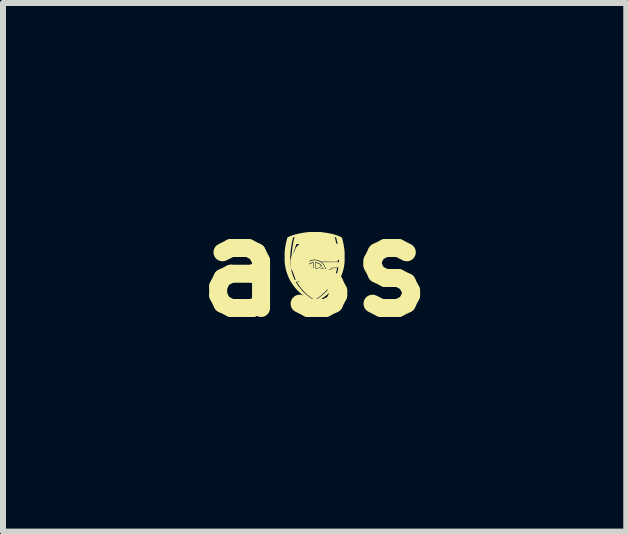
<source format=kicad_pcb>
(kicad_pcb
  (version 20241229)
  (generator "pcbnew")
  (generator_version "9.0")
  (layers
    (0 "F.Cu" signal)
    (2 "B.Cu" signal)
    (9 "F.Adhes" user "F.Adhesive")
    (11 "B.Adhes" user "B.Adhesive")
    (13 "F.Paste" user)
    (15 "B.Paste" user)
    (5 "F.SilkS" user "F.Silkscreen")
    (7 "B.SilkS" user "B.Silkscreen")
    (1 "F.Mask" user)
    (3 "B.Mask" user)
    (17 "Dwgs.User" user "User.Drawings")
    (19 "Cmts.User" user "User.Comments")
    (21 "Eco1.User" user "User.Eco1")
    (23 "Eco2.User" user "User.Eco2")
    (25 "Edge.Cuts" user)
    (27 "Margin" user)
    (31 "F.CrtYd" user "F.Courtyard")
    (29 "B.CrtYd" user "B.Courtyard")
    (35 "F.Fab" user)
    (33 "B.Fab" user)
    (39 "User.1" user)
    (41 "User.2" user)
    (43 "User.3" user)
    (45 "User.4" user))
  (footprint "ass"
    (layer "F.Cu")
    (at 2.193 1.404)
    (property "Reference" "ass" (at 0 0 0) (layer "F.SilkS") (effects (font (size 1.5 1.5) (thickness 0.3))))
    (attr board_only exclude_from_pos_files exclude_from_bom)
    (fp_poly (pts (xy 0.004 0.049) (xy 0.009 0.052) (xy 0.012 0.054) (xy 0.016 0.059) (xy 0.018 0.064) (xy 0.018 0.07) (xy 0.016 0.075) (xy 0.014 0.08) (xy 0.01 0.084) (xy 0.004 0.086) (xy -0.001 0.087) (xy -0.006 0.087) (xy -0.011 0.085) (xy -0.016 0.082) (xy -0.019 0.077) (xy -0.021 0.071) (xy -0.021 0.069) (xy -0.021 0.063) (xy -0.019 0.058) (xy -0.015 0.053) (xy -0.011 0.05) (xy -0.006 0.048) (xy -0.001 0.048)) (stroke (width 0) (type solid)) (fill yes) (layer "F.SilkS"))
    (fp_poly (pts (xy 0.132 0.014) (xy 0.133 0.017) (xy 0.134 0.021) (xy 0.136 0.026) (xy 0.137 0.032) (xy 0.139 0.038) (xy 0.14 0.043) (xy 0.141 0.049) (xy 0.141 0.052) (xy 0.142 0.059) (xy 0.102 0.064) (xy 0.093 0.065) (xy 0.085 0.066) (xy 0.077 0.067) (xy 0.071 0.068) (xy 0.066 0.068) (xy 0.062 0.069) (xy 0.06 0.069) (xy 0.059 0.069) (xy 0.058 0.069) (xy 0.058 0.067) (xy 0.058 0.065) (xy 0.058 0.064) (xy 0.058 0.059) (xy 0.094 0.035) (xy 0.101 0.03) (xy 0.108 0.026) (xy 0.115 0.022) (xy 0.12 0.018) (xy 0.125 0.015) (xy 0.128 0.013) (xy 0.13 0.012) (xy 0.131 0.012)) (stroke (width 0) (type solid)) (fill yes) (layer "F.SilkS"))
    (fp_poly (pts (xy 0.254 -0.293) (xy 0.254 -0.292) (xy 0.255 -0.289) (xy 0.255 -0.285) (xy 0.255 -0.28) (xy 0.256 -0.275) (xy 0.256 -0.27) (xy 0.256 -0.265) (xy 0.257 -0.26) (xy 0.257 -0.257) (xy 0.257 -0.255) (xy 0.257 -0.255) (xy 0.256 -0.254) (xy 0.253 -0.252) (xy 0.252 -0.251) (xy 0.246 -0.249) (xy 0.241 -0.248) (xy 0.235 -0.249) (xy 0.232 -0.25) (xy 0.227 -0.253) (xy 0.224 -0.257) (xy 0.222 -0.261) (xy 0.222 -0.267) (xy 0.223 -0.273) (xy 0.225 -0.279) (xy 0.23 -0.284) (xy 0.236 -0.288) (xy 0.238 -0.289) (xy 0.241 -0.29) (xy 0.245 -0.291) (xy 0.248 -0.292) (xy 0.251 -0.293) (xy 0.253 -0.293)) (stroke (width 0) (type solid)) (fill yes) (layer "F.SilkS"))
    (fp_poly (pts (xy 0.019 -0.337) (xy 0.023 -0.335) (xy 0.027 -0.331) (xy 0.029 -0.327) (xy 0.031 -0.322) (xy 0.032 -0.317) (xy 0.032 -0.312) (xy 0.03 -0.307) (xy 0.029 -0.306) (xy 0.028 -0.305) (xy 0.026 -0.304) (xy 0.024 -0.302) (xy 0.02 -0.3) (xy 0.014 -0.298) (xy 0.012 -0.297) (xy 0.006 -0.295) (xy 0.002 -0.293) (xy -0.002 -0.292) (xy -0.004 -0.291) (xy -0.005 -0.291) (xy -0.005 -0.291) (xy -0.006 -0.293) (xy -0.006 -0.293) (xy -0.006 -0.298) (xy -0.006 -0.303) (xy -0.006 -0.309) (xy -0.006 -0.314) (xy -0.005 -0.318) (xy -0.003 -0.325) (xy 0.001 -0.33) (xy 0.005 -0.334) (xy 0.005 -0.334) (xy 0.008 -0.336) (xy 0.013 -0.337) (xy 0.018 -0.337)) (stroke (width 0) (type solid)) (fill yes) (layer "F.SilkS"))
    (fp_poly (pts (xy 0.04 0.113) (xy 0.042 0.115) (xy 0.046 0.117) (xy 0.051 0.12) (xy 0.056 0.124) (xy 0.062 0.128) (xy 0.069 0.132) (xy 0.075 0.136) (xy 0.082 0.141) (xy 0.088 0.145) (xy 0.094 0.149) (xy 0.099 0.152) (xy 0.103 0.155) (xy 0.107 0.157) (xy 0.109 0.159) (xy 0.109 0.159) (xy 0.108 0.16) (xy 0.107 0.163) (xy 0.104 0.166) (xy 0.1 0.169) (xy 0.097 0.173) (xy 0.093 0.176) (xy 0.089 0.18) (xy 0.086 0.182) (xy 0.073 0.191) (xy 0.059 0.199) (xy 0.044 0.205) (xy 0.03 0.209) (xy 0.023 0.21) (xy 0.018 0.21) (xy 0.018 0.167) (xy 0.018 0.124) (xy 0.022 0.122) (xy 0.025 0.12) (xy 0.029 0.118) (xy 0.032 0.116) (xy 0.035 0.114) (xy 0.037 0.113) (xy 0.038 0.113)) (stroke (width 0) (type solid)) (fill yes) (layer "F.SilkS"))
    (fp_poly (pts (xy -0.035 0.116) (xy -0.032 0.119) (xy -0.028 0.121) (xy -0.026 0.122) (xy -0.025 0.122) (xy -0.022 0.123) (xy -0.022 0.167) (xy -0.022 0.178) (xy -0.022 0.187) (xy -0.022 0.194) (xy -0.022 0.2) (xy -0.023 0.204) (xy -0.023 0.207) (xy -0.023 0.209) (xy -0.023 0.21) (xy -0.023 0.21) (xy -0.025 0.21) (xy -0.028 0.209) (xy -0.032 0.209) (xy -0.033 0.208) (xy -0.048 0.204) (xy -0.062 0.199) (xy -0.075 0.192) (xy -0.088 0.183) (xy -0.094 0.178) (xy -0.098 0.175) (xy -0.102 0.171) (xy -0.105 0.168) (xy -0.108 0.164) (xy -0.111 0.161) (xy -0.113 0.159) (xy -0.113 0.158) (xy -0.112 0.158) (xy -0.11 0.156) (xy -0.106 0.153) (xy -0.101 0.15) (xy -0.096 0.146) (xy -0.089 0.142) (xy -0.082 0.137) (xy -0.077 0.135) (xy -0.042 0.112)) (stroke (width 0) (type solid)) (fill yes) (layer "F.SilkS"))
    (fp_poly (pts (xy -0.287 -0.352) (xy -0.287 -0.351) (xy -0.286 -0.348) (xy -0.285 -0.344) (xy -0.284 -0.338) (xy -0.283 -0.331) (xy -0.281 -0.324) (xy -0.28 -0.319) (xy -0.278 -0.311) (xy -0.277 -0.304) (xy -0.276 -0.298) (xy -0.275 -0.293) (xy -0.274 -0.289) (xy -0.274 -0.287) (xy -0.274 -0.286) (xy -0.275 -0.286) (xy -0.278 -0.286) (xy -0.282 -0.285) (xy -0.286 -0.285) (xy -0.291 -0.285) (xy -0.297 -0.285) (xy -0.301 -0.285) (xy -0.306 -0.285) (xy -0.309 -0.285) (xy -0.31 -0.286) (xy -0.31 -0.286) (xy -0.31 -0.287) (xy -0.309 -0.29) (xy -0.308 -0.294) (xy -0.306 -0.299) (xy -0.304 -0.305) (xy -0.302 -0.311) (xy -0.3 -0.318) (xy -0.297 -0.325) (xy -0.295 -0.331) (xy -0.293 -0.337) (xy -0.291 -0.343) (xy -0.289 -0.347) (xy -0.288 -0.35) (xy -0.288 -0.351) (xy -0.288 -0.351) (xy -0.287 -0.352)) (stroke (width 0) (type solid)) (fill yes) (layer "F.SilkS"))
    (fp_poly (pts (xy -0.022 -0.032) (xy -0.022 0.011) (xy -0.028 0.014) (xy -0.032 0.016) (xy -0.034 0.017) (xy -0.035 0.017) (xy -0.035 0.018) (xy -0.036 0.017) (xy -0.038 0.016) (xy -0.042 0.013) (xy -0.047 0.01) (xy -0.053 0.007) (xy -0.059 0.002) (xy -0.067 -0.002) (xy -0.071 -0.005) (xy -0.078 -0.01) (xy -0.085 -0.014) (xy -0.091 -0.019) (xy -0.097 -0.022) (xy -0.101 -0.025) (xy -0.104 -0.027) (xy -0.106 -0.029) (xy -0.107 -0.029) (xy -0.106 -0.03) (xy -0.105 -0.032) (xy -0.102 -0.035) (xy -0.099 -0.038) (xy -0.095 -0.042) (xy -0.091 -0.045) (xy -0.087 -0.048) (xy -0.083 -0.051) (xy -0.082 -0.051) (xy -0.068 -0.06) (xy -0.053 -0.067) (xy -0.049 -0.068) (xy -0.045 -0.069) (xy -0.041 -0.071) (xy -0.037 -0.072) (xy -0.032 -0.073) (xy -0.025 -0.074) (xy -0.024 -0.075) (xy -0.022 -0.075)) (stroke (width 0) (type solid)) (fill yes) (layer "F.SilkS"))
    (fp_poly (pts (xy 0.02 -0.075) (xy 0.023 -0.074) (xy 0.027 -0.073) (xy 0.03 -0.073) (xy 0.046 -0.068) (xy 0.062 -0.062) (xy 0.076 -0.053) (xy 0.084 -0.048) (xy 0.087 -0.046) (xy 0.091 -0.043) (xy 0.095 -0.039) (xy 0.099 -0.035) (xy 0.102 -0.032) (xy 0.105 -0.029) (xy 0.108 -0.026) (xy 0.109 -0.024) (xy 0.109 -0.024) (xy 0.108 -0.023) (xy 0.106 -0.022) (xy 0.103 -0.019) (xy 0.098 -0.016) (xy 0.093 -0.013) (xy 0.087 -0.009) (xy 0.08 -0.005) (xy 0.074 -0.000277) (xy 0.067 0.004) (xy 0.061 0.008) (xy 0.055 0.012) (xy 0.049 0.016) (xy 0.045 0.018) (xy 0.041 0.021) (xy 0.039 0.022) (xy 0.038 0.022) (xy 0.037 0.022) (xy 0.035 0.021) (xy 0.034 0.02) (xy 0.032 0.018) (xy 0.028 0.016) (xy 0.025 0.014) (xy 0.018 0.011) (xy 0.018 -0.032) (xy 0.018 -0.041) (xy 0.018 -0.049) (xy 0.018 -0.057) (xy 0.018 -0.063) (xy 0.019 -0.069) (xy 0.019 -0.072) (xy 0.019 -0.075) (xy 0.019 -0.075)) (stroke (width 0) (type solid)) (fill yes) (layer "F.SilkS"))
    (fp_poly (pts (xy 0.142 0.067) (xy 0.142 0.068) (xy 0.143 0.07) (xy 0.142 0.073) (xy 0.142 0.075) (xy 0.142 0.08) (xy 0.141 0.086) (xy 0.14 0.092) (xy 0.14 0.092) (xy 0.139 0.096) (xy 0.138 0.101) (xy 0.137 0.106) (xy 0.135 0.111) (xy 0.134 0.116) (xy 0.132 0.119) (xy 0.131 0.122) (xy 0.13 0.123) (xy 0.129 0.123) (xy 0.127 0.121) (xy 0.123 0.119) (xy 0.118 0.116) (xy 0.112 0.112) (xy 0.106 0.108) (xy 0.099 0.103) (xy 0.095 0.101) (xy 0.087 0.096) (xy 0.081 0.091) (xy 0.074 0.087) (xy 0.069 0.084) (xy 0.065 0.081) (xy 0.062 0.079) (xy 0.06 0.077) (xy 0.06 0.077) (xy 0.061 0.077) (xy 0.063 0.077) (xy 0.068 0.076) (xy 0.073 0.075) (xy 0.079 0.074) (xy 0.086 0.073) (xy 0.094 0.073) (xy 0.101 0.072) (xy 0.109 0.071) (xy 0.116 0.07) (xy 0.123 0.069) (xy 0.129 0.068) (xy 0.134 0.068) (xy 0.138 0.067) (xy 0.141 0.067) (xy 0.141 0.067)) (stroke (width 0) (type solid)) (fill yes) (layer "F.SilkS"))
    (fp_poly (pts (xy -0.13 0.005) (xy -0.127 0.007) (xy -0.123 0.009) (xy -0.119 0.012) (xy -0.113 0.016) (xy -0.106 0.02) (xy -0.099 0.025) (xy -0.095 0.028) (xy -0.06 0.051) (xy -0.06 0.054) (xy -0.061 0.056) (xy -0.061 0.06) (xy -0.061 0.064) (xy -0.061 0.067) (xy -0.062 0.072) (xy -0.062 0.076) (xy -0.063 0.077) (xy -0.063 0.078) (xy -0.064 0.078) (xy -0.067 0.08) (xy -0.07 0.082) (xy -0.075 0.086) (xy -0.081 0.089) (xy -0.087 0.093) (xy -0.094 0.097) (xy -0.1 0.101) (xy -0.107 0.106) (xy -0.113 0.11) (xy -0.119 0.113) (xy -0.124 0.117) (xy -0.128 0.119) (xy -0.132 0.121) (xy -0.133 0.122) (xy -0.133 0.122) (xy -0.135 0.122) (xy -0.136 0.12) (xy -0.139 0.11) (xy -0.142 0.1) (xy -0.144 0.09) (xy -0.145 0.08) (xy -0.145 0.068) (xy -0.145 0.068) (xy -0.145 0.059) (xy -0.144 0.05) (xy -0.143 0.043) (xy -0.142 0.035) (xy -0.14 0.028) (xy -0.139 0.024) (xy -0.137 0.019) (xy -0.136 0.015) (xy -0.134 0.011) (xy -0.132 0.008) (xy -0.131 0.006) (xy -0.131 0.005)) (stroke (width 0) (type solid)) (fill yes) (layer "F.SilkS"))
    (fp_poly (pts (xy -0.135 -0.074) (xy -0.149 -0.059) (xy -0.161 -0.044) (xy -0.171 -0.028) (xy -0.18 -0.011) (xy -0.187 0.007) (xy -0.19 0.018) (xy -0.191 0.023) (xy -0.192 0.027) (xy -0.193 0.029) (xy -0.194 0.031) (xy -0.195 0.031) (xy -0.197 0.031) (xy -0.202 0.031) (xy -0.208 0.031) (xy -0.215 0.031) (xy -0.223 0.031) (xy -0.232 0.032) (xy -0.242 0.032) (xy -0.243 0.032) (xy -0.255 0.031) (xy -0.265 0.031) (xy -0.273 0.031) (xy -0.28 0.031) (xy -0.285 0.031) (xy -0.289 0.031) (xy -0.292 0.031) (xy -0.294 0.03) (xy -0.295 0.03) (xy -0.299 0.029) (xy -0.302 0.027) (xy -0.303 0.027) (xy -0.307 0.024) (xy -0.311 0.019) (xy -0.315 0.014) (xy -0.318 0.009) (xy -0.319 0.008) (xy -0.322 0.002) (xy -0.328 0.002) (xy -0.334 0.001) (xy -0.339 -0.001) (xy -0.344 -0.005) (xy -0.348 -0.01) (xy -0.351 -0.016) (xy -0.352 -0.022) (xy -0.352 -0.029) (xy -0.35 -0.035) (xy -0.347 -0.041) (xy -0.343 -0.045) (xy -0.339 -0.048) (xy -0.334 -0.05) (xy -0.329 -0.05) (xy -0.329 -0.05) (xy -0.324 -0.05) (xy -0.322 -0.056) (xy -0.317 -0.065) (xy -0.312 -0.073) (xy -0.305 -0.079) (xy -0.3 -0.083) (xy -0.299 -0.083) (xy -0.298 -0.083) (xy -0.297 -0.083) (xy -0.295 -0.084) (xy -0.293 -0.084) (xy -0.291 -0.084) (xy -0.287 -0.084) (xy -0.283 -0.084) (xy -0.277 -0.084) (xy -0.271 -0.084) (xy -0.263 -0.084) (xy -0.254 -0.085) (xy -0.243 -0.085) (xy -0.23 -0.085) (xy -0.216 -0.085) (xy -0.21 -0.085) (xy -0.124 -0.085)) (stroke (width 0) (type solid)) (fill yes) (layer "F.SilkS"))
    (fp_poly (pts (xy 0.373 0.012) (xy 0.373 0.012) (xy 0.373 0.013) (xy 0.373 0.016) (xy 0.372 0.021) (xy 0.371 0.026) (xy 0.37 0.033) (xy 0.369 0.04) (xy 0.367 0.048) (xy 0.365 0.056) (xy 0.364 0.064) (xy 0.362 0.072) (xy 0.36 0.079) (xy 0.358 0.085) (xy 0.358 0.088) (xy 0.348 0.122) (xy 0.337 0.154) (xy 0.324 0.186) (xy 0.31 0.216) (xy 0.295 0.245) (xy 0.279 0.274) (xy 0.263 0.299) (xy 0.242 0.329) (xy 0.219 0.358) (xy 0.194 0.387) (xy 0.168 0.415) (xy 0.139 0.441) (xy 0.109 0.468) (xy 0.077 0.493) (xy 0.043 0.518) (xy 0.01 0.54) (xy 0.007 0.542) (xy 0.004 0.544) (xy 0.002 0.546) (xy 0.002 0.546) (xy 0.000488 0.547) (xy -0.001 0.547) (xy -0.002 0.546) (xy -0.003 0.545) (xy -0.005 0.544) (xy -0.008 0.541) (xy -0.013 0.538) (xy -0.018 0.535) (xy -0.021 0.532) (xy -0.046 0.516) (xy -0.069 0.499) (xy -0.09 0.483) (xy -0.111 0.466) (xy -0.13 0.449) (xy -0.15 0.431) (xy -0.162 0.419) (xy -0.189 0.391) (xy -0.214 0.363) (xy -0.237 0.334) (xy -0.259 0.305) (xy -0.278 0.275) (xy -0.293 0.25) (xy -0.295 0.246) (xy -0.296 0.243) (xy -0.297 0.241) (xy -0.296 0.241) (xy -0.296 0.242) (xy -0.295 0.243) (xy -0.293 0.246) (xy -0.278 0.241) (xy -0.257 0.235) (xy -0.238 0.229) (xy -0.221 0.222) (xy -0.204 0.214) (xy -0.188 0.206) (xy -0.173 0.198) (xy -0.164 0.192) (xy -0.156 0.187) (xy -0.152 0.191) (xy -0.148 0.196) (xy -0.143 0.201) (xy -0.137 0.207) (xy -0.132 0.213) (xy -0.127 0.217) (xy -0.111 0.228) (xy -0.094 0.239) (xy -0.077 0.247) (xy -0.059 0.253) (xy -0.041 0.258) (xy -0.022 0.261) (xy -0.004 0.262) (xy 0.015 0.261) (xy 0.034 0.259) (xy 0.053 0.254) (xy 0.071 0.248) (xy 0.078 0.245) (xy 0.094 0.237) (xy 0.11 0.227) (xy 0.125 0.215) (xy 0.138 0.202) (xy 0.151 0.188) (xy 0.162 0.173) (xy 0.171 0.157) (xy 0.176 0.147) (xy 0.182 0.132) (xy 0.186 0.117) (xy 0.19 0.102) (xy 0.192 0.085) (xy 0.193 0.067) (xy 0.193 0.063) (xy 0.193 0.056) (xy 0.212 0.052) (xy 0.226 0.049) (xy 0.239 0.046) (xy 0.25 0.043) (xy 0.259 0.041) (xy 0.267 0.038) (xy 0.272 0.036) (xy 0.274 0.035) (xy 0.279 0.031) (xy 0.283 0.025) (xy 0.286 0.02) (xy 0.288 0.016) (xy 0.296 0.016) (xy 0.301 0.015) (xy 0.307 0.015) (xy 0.314 0.014) (xy 0.322 0.014) (xy 0.33 0.014) (xy 0.338 0.013) (xy 0.345 0.013) (xy 0.353 0.013) (xy 0.359 0.012) (xy 0.365 0.012) (xy 0.369 0.012) (xy 0.372 0.012)) (stroke (width 0) (type solid)) (fill yes) (layer "F.SilkS"))
    (fp_poly (pts (xy 0.016 -0.116) (xy 0.034 -0.114) (xy 0.052 -0.109) (xy 0.069 -0.103) (xy 0.086 -0.095) (xy 0.102 -0.085) (xy 0.117 -0.074) (xy 0.127 -0.065) (xy 0.14 -0.051) (xy 0.151 -0.036) (xy 0.161 -0.02) (xy 0.169 -0.003) (xy 0.173 0.008) (xy 0.178 0.027) (xy 0.182 0.046) (xy 0.183 0.064) (xy 0.182 0.083) (xy 0.18 0.102) (xy 0.175 0.12) (xy 0.169 0.138) (xy 0.164 0.149) (xy 0.156 0.163) (xy 0.148 0.175) (xy 0.139 0.187) (xy 0.128 0.199) (xy 0.126 0.201) (xy 0.111 0.214) (xy 0.096 0.224) (xy 0.079 0.234) (xy 0.062 0.241) (xy 0.044 0.246) (xy 0.025 0.25) (xy 0.013 0.252) (xy 0.006 0.252) (xy 0.000432 0.253) (xy -0.005 0.252) (xy -0.011 0.252) (xy -0.018 0.252) (xy -0.037 0.249) (xy -0.055 0.245) (xy -0.072 0.238) (xy -0.088 0.231) (xy -0.104 0.221) (xy -0.118 0.211) (xy -0.131 0.199) (xy -0.144 0.186) (xy -0.154 0.171) (xy -0.163 0.158) (xy -0.125 0.158) (xy -0.125 0.159) (xy -0.124 0.161) (xy -0.121 0.164) (xy -0.118 0.168) (xy -0.114 0.172) (xy -0.11 0.177) (xy -0.109 0.178) (xy -0.096 0.189) (xy -0.083 0.198) (xy -0.068 0.206) (xy -0.052 0.213) (xy -0.036 0.218) (xy -0.023 0.22) (xy -0.02 0.221) (xy -0.018 0.221) (xy -0.017 0.221) (xy -0.017 0.22) (xy -0.017 0.217) (xy -0.017 0.213) (xy -0.017 0.207) (xy -0.016 0.2) (xy -0.016 0.192) (xy -0.016 0.183) (xy -0.016 0.174) (xy -0.016 0.17) (xy -0.016 0.119) (xy -0.016 0.119) (xy 0.012 0.119) (xy 0.012 0.17) (xy 0.012 0.221) (xy 0.016 0.221) (xy 0.019 0.22) (xy 0.023 0.219) (xy 0.027 0.219) (xy 0.028 0.218) (xy 0.042 0.215) (xy 0.057 0.21) (xy 0.071 0.203) (xy 0.084 0.195) (xy 0.096 0.187) (xy 0.099 0.183) (xy 0.103 0.18) (xy 0.108 0.176) (xy 0.111 0.172) (xy 0.115 0.168) (xy 0.118 0.164) (xy 0.12 0.162) (xy 0.121 0.16) (xy 0.121 0.16) (xy 0.12 0.159) (xy 0.118 0.157) (xy 0.114 0.155) (xy 0.109 0.152) (xy 0.103 0.148) (xy 0.096 0.144) (xy 0.089 0.139) (xy 0.081 0.133) (xy 0.079 0.132) (xy 0.037 0.105) (xy 0.03 0.11) (xy 0.026 0.112) (xy 0.022 0.115) (xy 0.018 0.117) (xy 0.018 0.117) (xy 0.012 0.119) (xy -0.016 0.119) (xy -0.023 0.116) (xy -0.027 0.114) (xy -0.031 0.111) (xy -0.035 0.109) (xy -0.041 0.104) (xy -0.082 0.13) (xy -0.091 0.136) (xy -0.098 0.141) (xy -0.105 0.145) (xy -0.112 0.149) (xy -0.117 0.152) (xy -0.121 0.155) (xy -0.124 0.157) (xy -0.125 0.158) (xy -0.125 0.158) (xy -0.163 0.158) (xy -0.164 0.156) (xy -0.172 0.139) (xy -0.178 0.122) (xy -0.183 0.104) (xy -0.185 0.092) (xy -0.186 0.073) (xy -0.186 0.069) (xy -0.155 0.069) (xy -0.155 0.074) (xy -0.154 0.09) (xy -0.151 0.106) (xy -0.146 0.121) (xy -0.143 0.128) (xy -0.142 0.131) (xy -0.141 0.132) (xy -0.14 0.133) (xy -0.138 0.132) (xy -0.138 0.132) (xy -0.137 0.131) (xy -0.134 0.13) (xy -0.13 0.127) (xy -0.125 0.124) (xy -0.119 0.12) (xy -0.112 0.115) (xy -0.104 0.11) (xy -0.096 0.105) (xy -0.095 0.105) (xy -0.054 0.079) (xy -0.054 0.071) (xy -0.054 0.065) (xy -0.028 0.065) (xy -0.028 0.071) (xy -0.027 0.077) (xy -0.024 0.083) (xy -0.02 0.088) (xy -0.015 0.091) (xy -0.009 0.094) (xy -0.004 0.095) (xy 0.002 0.094) (xy 0.006 0.093) (xy 0.011 0.091) (xy 0.016 0.087) (xy 0.02 0.083) (xy 0.022 0.08) (xy 0.024 0.075) (xy 0.025 0.069) (xy 0.025 0.063) (xy 0.024 0.061) (xy 0.022 0.056) (xy 0.05 0.056) (xy 0.05 0.068) (xy 0.051 0.079) (xy 0.093 0.107) (xy 0.101 0.113) (xy 0.109 0.118) (xy 0.116 0.122) (xy 0.122 0.126) (xy 0.127 0.13) (xy 0.131 0.133) (xy 0.134 0.134) (xy 0.136 0.135) (xy 0.136 0.135) (xy 0.137 0.134) (xy 0.138 0.132) (xy 0.139 0.129) (xy 0.145 0.115) (xy 0.149 0.099) (xy 0.151 0.083) (xy 0.152 0.066) (xy 0.151 0.05) (xy 0.148 0.034) (xy 0.144 0.019) (xy 0.144 0.017) (xy 0.141 0.011) (xy 0.139 0.006) (xy 0.138 0.003) (xy 0.136 0.001) (xy 0.135 0.001) (xy 0.135 0.001) (xy 0.134 0.001) (xy 0.132 0.003) (xy 0.128 0.006) (xy 0.123 0.009) (xy 0.117 0.013) (xy 0.11 0.017) (xy 0.102 0.022) (xy 0.094 0.028) (xy 0.092 0.029) (xy 0.05 0.056) (xy 0.022 0.056) (xy 0.022 0.054) (xy 0.018 0.049) (xy 0.012 0.045) (xy 0.007 0.042) (xy 0.000333 0.041) (xy -0.006 0.041) (xy -0.012 0.043) (xy -0.018 0.046) (xy -0.019 0.047) (xy -0.024 0.052) (xy -0.027 0.058) (xy -0.028 0.065) (xy -0.054 0.065) (xy -0.054 0.062) (xy -0.053 0.057) (xy -0.053 0.053) (xy -0.053 0.051) (xy -0.053 0.049) (xy -0.053 0.049) (xy -0.054 0.048) (xy -0.056 0.046) (xy -0.06 0.044) (xy -0.065 0.041) (xy -0.071 0.037) (xy -0.077 0.033) (xy -0.084 0.028) (xy -0.091 0.023) (xy -0.099 0.019) (xy -0.106 0.014) (xy -0.113 0.01) (xy -0.119 0.006) (xy -0.125 0.002) (xy -0.13 -0.001) (xy -0.133 -0.003) (xy -0.136 -0.005) (xy -0.137 -0.005) (xy -0.137 -0.005) (xy -0.138 -0.004) (xy -0.139 -0.002) (xy -0.141 0.002) (xy -0.141 0.002) (xy -0.147 0.018) (xy -0.152 0.035) (xy -0.155 0.052) (xy -0.155 0.069) (xy -0.186 0.069) (xy -0.186 0.055) (xy -0.184 0.037) (xy -0.18 0.019) (xy -0.174 0.002) (xy -0.167 -0.015) (xy -0.158 -0.03) (xy -0.121 -0.03) (xy -0.079 -0.002) (xy -0.07 0.003) (xy -0.063 0.008) (xy -0.056 0.013) (xy -0.049 0.017) (xy -0.044 0.02) (xy -0.04 0.023) (xy -0.037 0.025) (xy -0.035 0.026) (xy -0.035 0.026) (xy -0.034 0.025) (xy -0.032 0.024) (xy -0.031 0.023) (xy -0.028 0.022) (xy -0.024 0.02) (xy -0.022 0.019) (xy -0.016 0.016) (xy -0.016 -0.035) (xy 0.012 -0.035) (xy 0.012 0.017) (xy 0.015 0.017) (xy 0.019 0.019) (xy 0.023 0.021) (xy 0.027 0.023) (xy 0.031 0.026) (xy 0.033 0.028) (xy 0.036 0.031) (xy 0.039 0.029) (xy 0.041 0.028) (xy 0.044 0.026) (xy 0.048 0.024) (xy 0.053 0.02) (xy 0.06 0.016) (xy 0.067 0.011) (xy 0.075 0.006) (xy 0.082 0.001) (xy 0.122 -0.024) (xy 0.12 -0.027) (xy 0.117 -0.03) (xy 0.113 -0.034) (xy 0.109 -0.039) (xy 0.104 -0.044) (xy 0.1 -0.048) (xy 0.095 -0.052) (xy 0.093 -0.054) (xy 0.079 -0.064) (xy 0.064 -0.072) (xy 0.048 -0.078) (xy 0.032 -0.083) (xy 0.017 -0.085) (xy 0.012 -0.086) (xy 0.012 -0.035) (xy -0.016 -0.035) (xy -0.016 -0.035) (xy -0.016 -0.086) (xy -0.02 -0.085) (xy -0.027 -0.084) (xy -0.035 -0.083) (xy -0.042 -0.081) (xy -0.049 -0.079) (xy -0.051 -0.078) (xy -0.063 -0.074) (xy -0.075 -0.068) (xy -0.087 -0.06) (xy -0.098 -0.052) (xy -0.108 -0.044) (xy -0.116 -0.036) (xy -0.121 -0.03) (xy -0.158 -0.03) (xy -0.158 -0.03) (xy -0.148 -0.045) (xy -0.137 -0.058) (xy -0.124 -0.071) (xy -0.11 -0.082) (xy -0.095 -0.092) (xy -0.079 -0.1) (xy -0.061 -0.107) (xy -0.043 -0.112) (xy -0.04 -0.113) (xy -0.022 -0.116) (xy -0.003 -0.117)) (stroke (width 0) (type solid)) (fill yes) (layer "F.SilkS"))
    (fp_poly (pts (xy -0.015 -0.588) (xy 0.000493 -0.588) (xy 0.099 -0.588) (xy 0.121 -0.585) (xy 0.161 -0.58) (xy 0.198 -0.574) (xy 0.234 -0.568) (xy 0.267 -0.561) (xy 0.299 -0.554) (xy 0.329 -0.546) (xy 0.357 -0.537) (xy 0.384 -0.528) (xy 0.408 -0.518) (xy 0.431 -0.508) (xy 0.435 -0.505) (xy 0.454 -0.496) (xy 0.457 -0.487) (xy 0.464 -0.461) (xy 0.471 -0.434) (xy 0.477 -0.405) (xy 0.483 -0.376) (xy 0.488 -0.347) (xy 0.492 -0.319) (xy 0.496 -0.291) (xy 0.499 -0.266) (xy 0.499 -0.262) (xy 0.499 -0.255) (xy 0.499 -0.248) (xy 0.5 -0.238) (xy 0.5 -0.228) (xy 0.5 -0.217) (xy 0.5 -0.205) (xy 0.5 -0.193) (xy 0.5 -0.18) (xy 0.5 -0.167) (xy 0.5 -0.154) (xy 0.5 -0.141) (xy 0.5 -0.129) (xy 0.5 -0.118) (xy 0.5 -0.107) (xy 0.499 -0.098) (xy 0.499 -0.09) (xy 0.499 -0.083) (xy 0.499 -0.078) (xy 0.498 -0.076) (xy 0.493 -0.037) (xy 0.487 0.002) (xy 0.478 0.04) (xy 0.468 0.078) (xy 0.455 0.114) (xy 0.441 0.15) (xy 0.426 0.185) (xy 0.408 0.219) (xy 0.39 0.251) (xy 0.369 0.283) (xy 0.346 0.315) (xy 0.321 0.346) (xy 0.295 0.375) (xy 0.267 0.404) (xy 0.237 0.432) (xy 0.206 0.459) (xy 0.173 0.485) (xy 0.138 0.51) (xy 0.102 0.534) (xy 0.064 0.557) (xy 0.025 0.579) (xy 0.019 0.582) (xy 0.014 0.584) (xy 0.011 0.586) (xy 0.008 0.587) (xy 0.006 0.588) (xy 0.004 0.588) (xy 0.002 0.588) (xy -0.000001 0.588) (xy -0.003 0.588) (xy -0.005 0.588) (xy -0.008 0.587) (xy -0.011 0.586) (xy -0.014 0.584) (xy -0.018 0.582) (xy -0.049 0.566) (xy -0.079 0.548) (xy -0.108 0.53) (xy -0.137 0.511) (xy -0.164 0.492) (xy -0.183 0.477) (xy -0.208 0.457) (xy -0.232 0.437) (xy -0.256 0.415) (xy -0.279 0.392) (xy -0.301 0.369) (xy -0.321 0.346) (xy -0.332 0.333) (xy -0.356 0.302) (xy -0.378 0.27) (xy -0.398 0.237) (xy -0.417 0.204) (xy -0.433 0.169) (xy -0.448 0.134) (xy -0.461 0.098) (xy -0.473 0.061) (xy -0.482 0.023) (xy -0.49 -0.016) (xy -0.496 -0.055) (xy -0.498 -0.075) (xy -0.499 -0.079) (xy -0.499 -0.082) (xy -0.499 -0.086) (xy -0.499 -0.091) (xy -0.5 -0.096) (xy -0.5 -0.103) (xy -0.5 -0.111) (xy -0.5 -0.12) (xy -0.5 -0.13) (xy -0.5 -0.142) (xy -0.5 -0.155) (xy -0.5 -0.155) (xy -0.407 -0.155) (xy -0.406 -0.115) (xy -0.404 -0.075) (xy -0.401 -0.037) (xy -0.396 0.001) (xy -0.389 0.038) (xy -0.383 0.067) (xy -0.374 0.098) (xy -0.365 0.128) (xy -0.354 0.158) (xy -0.341 0.189) (xy -0.334 0.204) (xy -0.331 0.21) (xy -0.316 0.203) (xy -0.291 0.19) (xy -0.268 0.176) (xy -0.246 0.161) (xy -0.226 0.146) (xy -0.208 0.129) (xy -0.202 0.124) (xy -0.191 0.113) (xy -0.19 0.119) (xy -0.186 0.13) (xy -0.182 0.142) (xy -0.176 0.153) (xy -0.171 0.164) (xy -0.165 0.174) (xy -0.164 0.176) (xy -0.162 0.179) (xy -0.16 0.181) (xy -0.16 0.183) (xy -0.16 0.183) (xy -0.16 0.184) (xy -0.163 0.185) (xy -0.166 0.187) (xy -0.17 0.19) (xy -0.173 0.192) (xy -0.193 0.203) (xy -0.214 0.213) (xy -0.237 0.222) (xy -0.261 0.23) (xy -0.287 0.238) (xy -0.292 0.239) (xy -0.297 0.24) (xy -0.303 0.242) (xy -0.307 0.243) (xy -0.31 0.243) (xy -0.311 0.244) (xy -0.313 0.244) (xy -0.304 0.261) (xy -0.284 0.293) (xy -0.262 0.323) (xy -0.238 0.353) (xy -0.213 0.382) (xy -0.186 0.411) (xy -0.157 0.438) (xy -0.127 0.465) (xy -0.094 0.491) (xy -0.06 0.516) (xy -0.035 0.533) (xy -0.029 0.537) (xy -0.023 0.541) (xy -0.017 0.545) (xy -0.012 0.548) (xy -0.009 0.55) (xy -0.006 0.552) (xy -0.006 0.552) (xy -0.004 0.554) (xy -0.001 0.555) (xy -0.000363 0.556) (xy 0.001 0.555) (xy 0.003 0.554) (xy 0.006 0.552) (xy 0.007 0.552) (xy 0.023 0.541) (xy 0.04 0.53) (xy 0.056 0.519) (xy 0.071 0.508) (xy 0.085 0.498) (xy 0.093 0.492) (xy 0.126 0.466) (xy 0.157 0.439) (xy 0.185 0.412) (xy 0.213 0.383) (xy 0.238 0.354) (xy 0.262 0.324) (xy 0.283 0.293) (xy 0.303 0.262) (xy 0.322 0.229) (xy 0.338 0.196) (xy 0.353 0.161) (xy 0.365 0.126) (xy 0.377 0.09) (xy 0.386 0.054) (xy 0.39 0.032) (xy 0.392 0.026) (xy 0.393 0.02) (xy 0.394 0.015) (xy 0.394 0.01) (xy 0.395 0.008) (xy 0.395 0.007) (xy 0.396 0.003) (xy 0.386 0.003) (xy 0.383 0.003) (xy 0.378 0.004) (xy 0.372 0.004) (xy 0.364 0.004) (xy 0.356 0.005) (xy 0.347 0.005) (xy 0.338 0.006) (xy 0.332 0.006) (xy 0.322 0.006) (xy 0.314 0.007) (xy 0.306 0.007) (xy 0.299 0.008) (xy 0.293 0.008) (xy 0.288 0.008) (xy 0.285 0.008) (xy 0.284 0.008) (xy 0.282 0.009) (xy 0.281 0.01) (xy 0.28 0.013) (xy 0.279 0.014) (xy 0.278 0.019) (xy 0.275 0.023) (xy 0.273 0.026) (xy 0.269 0.029) (xy 0.265 0.032) (xy 0.259 0.034) (xy 0.252 0.036) (xy 0.243 0.038) (xy 0.243 0.039) (xy 0.24 0.039) (xy 0.235 0.04) (xy 0.229 0.042) (xy 0.223 0.043) (xy 0.216 0.044) (xy 0.21 0.045) (xy 0.204 0.046) (xy 0.199 0.047) (xy 0.195 0.048) (xy 0.192 0.048) (xy 0.192 0.048) (xy 0.191 0.047) (xy 0.19 0.045) (xy 0.189 0.04) (xy 0.188 0.035) (xy 0.184 0.017) (xy 0.178 0.000031) (xy 0.172 -0.015) (xy 0.164 -0.03) (xy 0.155 -0.044) (xy 0.144 -0.058) (xy 0.131 -0.071) (xy 0.128 -0.074) (xy 0.116 -0.086) (xy 0.26 -0.086) (xy 0.405 -0.086) (xy 0.406 -0.095) (xy 0.406 -0.098) (xy 0.406 -0.104) (xy 0.406 -0.111) (xy 0.406 -0.119) (xy 0.407 -0.128) (xy 0.407 -0.138) (xy 0.407 -0.148) (xy 0.406 -0.158) (xy 0.406 -0.168) (xy 0.406 -0.177) (xy 0.406 -0.186) (xy 0.406 -0.194) (xy 0.406 -0.2) (xy 0.405 -0.203) (xy 0.403 -0.241) (xy 0.399 -0.278) (xy 0.394 -0.316) (xy 0.388 -0.354) (xy 0.381 -0.393) (xy 0.373 -0.432) (xy 0.364 -0.473) (xy 0.36 -0.489) (xy 0.358 -0.498) (xy 0.347 -0.502) (xy 0.343 -0.504) (xy 0.34 -0.505) (xy 0.337 -0.506) (xy 0.336 -0.506) (xy 0.337 -0.505) (xy 0.337 -0.502) (xy 0.338 -0.498) (xy 0.339 -0.493) (xy 0.341 -0.487) (xy 0.342 -0.481) (xy 0.352 -0.438) (xy 0.36 -0.396) (xy 0.367 -0.355) (xy 0.373 -0.315) (xy 0.378 -0.276) (xy 0.382 -0.236) (xy 0.384 -0.197) (xy 0.385 -0.193) (xy 0.385 -0.186) (xy 0.385 -0.179) (xy 0.385 -0.17) (xy 0.385 -0.161) (xy 0.385 -0.152) (xy 0.385 -0.142) (xy 0.385 -0.133) (xy 0.385 -0.124) (xy 0.385 -0.116) (xy 0.385 -0.109) (xy 0.385 -0.104) (xy 0.385 -0.1) (xy 0.384 -0.092) (xy 0.246 -0.093) (xy 0.107 -0.094) (xy 0.103 -0.097) (xy 0.092 -0.103) (xy 0.08 -0.109) (xy 0.067 -0.114) (xy 0.054 -0.119) (xy 0.04 -0.123) (xy 0.031 -0.124) (xy 0.013 -0.127) (xy -0.005 -0.127) (xy -0.024 -0.126) (xy -0.042 -0.123) (xy -0.059 -0.118) (xy -0.076 -0.112) (xy -0.092 -0.105) (xy -0.106 -0.097) (xy -0.113 -0.092) (xy -0.205 -0.092) (xy -0.297 -0.091) (xy -0.303 -0.089) (xy -0.309 -0.085) (xy -0.314 -0.08) (xy -0.319 -0.073) (xy -0.323 -0.066) (xy -0.325 -0.062) (xy -0.326 -0.06) (xy -0.328 -0.059) (xy -0.329 -0.058) (xy -0.331 -0.058) (xy -0.337 -0.056) (xy -0.344 -0.052) (xy -0.35 -0.047) (xy -0.354 -0.041) (xy -0.356 -0.039) (xy -0.357 -0.036) (xy -0.358 -0.033) (xy -0.358 -0.03) (xy -0.358 -0.025) (xy -0.358 -0.024) (xy -0.358 -0.02) (xy -0.358 -0.016) (xy -0.357 -0.013) (xy -0.356 -0.011) (xy -0.355 -0.01) (xy -0.351 -0.003) (xy -0.345 0.002) (xy -0.338 0.007) (xy -0.331 0.009) (xy -0.329 0.009) (xy -0.326 0.01) (xy -0.325 0.011) (xy -0.323 0.013) (xy -0.321 0.015) (xy -0.316 0.023) (xy -0.31 0.029) (xy -0.303 0.034) (xy -0.296 0.037) (xy -0.245 0.037) (xy -0.194 0.038) (xy -0.195 0.042) (xy -0.195 0.046) (xy -0.195 0.051) (xy -0.195 0.057) (xy -0.195 0.064) (xy -0.195 0.071) (xy -0.195 0.079) (xy -0.195 0.086) (xy -0.195 0.092) (xy -0.194 0.097) (xy -0.194 0.1) (xy -0.192 0.108) (xy -0.199 0.114) (xy -0.213 0.127) (xy -0.228 0.14) (xy -0.245 0.152) (xy -0.262 0.164) (xy -0.279 0.176) (xy -0.285 0.18) (xy -0.288 0.182) (xy -0.293 0.185) (xy -0.298 0.187) (xy -0.303 0.19) (xy -0.307 0.193) (xy -0.312 0.195) (xy -0.315 0.197) (xy -0.317 0.198) (xy -0.318 0.198) (xy -0.319 0.197) (xy -0.32 0.194) (xy -0.322 0.191) (xy -0.324 0.186) (xy -0.326 0.181) (xy -0.328 0.176) (xy -0.329 0.172) (xy -0.342 0.138) (xy -0.353 0.103) (xy -0.362 0.067) (xy -0.37 0.03) (xy -0.376 -0.008) (xy -0.381 -0.047) (xy -0.384 -0.087) (xy -0.385 -0.128) (xy -0.385 -0.17) (xy -0.383 -0.214) (xy -0.381 -0.233) (xy -0.359 -0.233) (xy -0.343 -0.233) (xy -0.327 -0.233) (xy -0.327 -0.236) (xy -0.326 -0.24) (xy -0.324 -0.244) (xy -0.323 -0.25) (xy -0.321 -0.255) (xy -0.32 -0.259) (xy -0.32 -0.26) (xy -0.318 -0.265) (xy -0.294 -0.266) (xy -0.288 -0.266) (xy -0.282 -0.266) (xy -0.276 -0.266) (xy -0.273 -0.266) (xy -0.27 -0.266) (xy -0.27 -0.266) (xy -0.269 -0.264) (xy -0.269 -0.262) (xy -0.268 -0.258) (xy -0.267 -0.253) (xy -0.266 -0.249) (xy -0.265 -0.244) (xy -0.265 -0.24) (xy -0.264 -0.237) (xy -0.264 -0.236) (xy -0.264 -0.233) (xy -0.242 -0.233) (xy -0.21 -0.233) (xy -0.191 -0.233) (xy -0.173 -0.233) (xy -0.174 -0.241) (xy -0.174 -0.244) (xy -0.174 -0.249) (xy -0.174 -0.255) (xy -0.174 -0.262) (xy -0.173 -0.264) (xy -0.134 -0.264) (xy -0.134 -0.251) (xy -0.134 -0.239) (xy -0.128 -0.237) (xy -0.123 -0.236) (xy -0.119 -0.235) (xy -0.116 -0.234) (xy -0.111 -0.233) (xy -0.104 -0.233) (xy -0.097 -0.233) (xy -0.091 -0.233) (xy -0.085 -0.234) (xy -0.082 -0.234) (xy -0.074 -0.237) (xy -0.066 -0.24) (xy -0.059 -0.245) (xy -0.054 -0.25) (xy -0.05 -0.256) (xy -0.05 -0.256) (xy -0.048 -0.263) (xy -0.047 -0.27) (xy -0.048 -0.277) (xy -0.048 -0.279) (xy -0.05 -0.283) (xy -0.052 -0.286) (xy -0.039 -0.286) (xy -0.038 -0.277) (xy -0.038 -0.275) (xy -0.035 -0.265) (xy -0.03 -0.257) (xy -0.024 -0.249) (xy -0.016 -0.243) (xy -0.007 -0.237) (xy 0.003 -0.234) (xy 0.009 -0.233) (xy 0.016 -0.232) (xy 0.023 -0.232) (xy 0.03 -0.232) (xy 0.034 -0.233) (xy 0.041 -0.235) (xy 0.047 -0.238) (xy 0.054 -0.242) (xy 0.059 -0.245) (xy 0.064 -0.25) (xy 0.06 -0.255) (xy 0.059 -0.257) (xy 0.057 -0.259) (xy 0.056 -0.26) (xy 0.055 -0.259) (xy 0.053 -0.258) (xy 0.052 -0.257) (xy 0.05 -0.255) (xy 0.046 -0.253) (xy 0.043 -0.252) (xy 0.04 -0.251) (xy 0.036 -0.25) (xy 0.032 -0.249) (xy 0.03 -0.249) (xy 0.023 -0.25) (xy 0.017 -0.251) (xy 0.012 -0.254) (xy 0.008 -0.258) (xy 0.006 -0.26) (xy 0.004 -0.264) (xy 0.002 -0.267) (xy 0 -0.271) (xy -0.001 -0.274) (xy -0.002 -0.276) (xy -0.002 -0.277) (xy -0.001 -0.277) (xy 0.002 -0.278) (xy 0.006 -0.28) (xy 0.011 -0.282) (xy 0.018 -0.284) (xy 0.024 -0.286) (xy 0.026 -0.287) (xy 0.033 -0.29) (xy 0.04 -0.292) (xy 0.047 -0.295) (xy 0.052 -0.296) (xy 0.056 -0.298) (xy 0.059 -0.299) (xy 0.059 -0.299) (xy 0.064 -0.301) (xy 0.063 -0.307) (xy 0.061 -0.318) (xy 0.057 -0.327) (xy 0.053 -0.335) (xy 0.047 -0.341) (xy 0.04 -0.346) (xy 0.038 -0.347) (xy 0.075 -0.347) (xy 0.076 -0.341) (xy 0.077 -0.334) (xy 0.077 -0.328) (xy 0.078 -0.321) (xy 0.078 -0.315) (xy 0.078 -0.309) (xy 0.079 -0.301) (xy 0.079 -0.293) (xy 0.079 -0.284) (xy 0.079 -0.273) (xy 0.079 -0.233) (xy 0.097 -0.233) (xy 0.115 -0.233) (xy 0.115 -0.236) (xy 0.114 -0.24) (xy 0.113 -0.245) (xy 0.113 -0.252) (xy 0.112 -0.259) (xy 0.112 -0.267) (xy 0.112 -0.275) (xy 0.111 -0.283) (xy 0.111 -0.291) (xy 0.111 -0.299) (xy 0.111 -0.305) (xy 0.111 -0.31) (xy 0.111 -0.313) (xy 0.112 -0.314) (xy 0.114 -0.319) (xy 0.117 -0.323) (xy 0.121 -0.326) (xy 0.124 -0.327) (xy 0.13 -0.327) (xy 0.135 -0.326) (xy 0.139 -0.323) (xy 0.142 -0.319) (xy 0.142 -0.317) (xy 0.143 -0.315) (xy 0.143 -0.311) (xy 0.144 -0.305) (xy 0.144 -0.299) (xy 0.145 -0.292) (xy 0.145 -0.284) (xy 0.145 -0.276) (xy 0.145 -0.268) (xy 0.145 -0.261) (xy 0.145 -0.254) (xy 0.145 -0.249) (xy 0.145 -0.248) (xy 0.145 -0.233) (xy 0.162 -0.233) (xy 0.18 -0.233) (xy 0.178 -0.245) (xy 0.178 -0.249) (xy 0.178 -0.255) (xy 0.177 -0.261) (xy 0.192 -0.261) (xy 0.194 -0.253) (xy 0.196 -0.246) (xy 0.201 -0.24) (xy 0.207 -0.236) (xy 0.214 -0.232) (xy 0.22 -0.231) (xy 0.224 -0.23) (xy 0.228 -0.23) (xy 0.231 -0.23) (xy 0.235 -0.231) (xy 0.236 -0.231) (xy 0.243 -0.233) (xy 0.25 -0.236) (xy 0.256 -0.24) (xy 0.259 -0.242) (xy 0.26 -0.243) (xy 0.261 -0.243) (xy 0.261 -0.241) (xy 0.262 -0.238) (xy 0.262 -0.237) (xy 0.264 -0.233) (xy 0.279 -0.233) (xy 0.285 -0.233) (xy 0.289 -0.233) (xy 0.292 -0.233) (xy 0.294 -0.233) (xy 0.294 -0.234) (xy 0.294 -0.234) (xy 0.294 -0.234) (xy 0.292 -0.24) (xy 0.291 -0.247) (xy 0.289 -0.256) (xy 0.288 -0.266) (xy 0.287 -0.277) (xy 0.286 -0.283) (xy 0.286 -0.29) (xy 0.285 -0.296) (xy 0.284 -0.302) (xy 0.284 -0.306) (xy 0.283 -0.309) (xy 0.28 -0.317) (xy 0.276 -0.325) (xy 0.27 -0.331) (xy 0.263 -0.336) (xy 0.254 -0.339) (xy 0.247 -0.341) (xy 0.238 -0.342) (xy 0.228 -0.342) (xy 0.217 -0.342) (xy 0.207 -0.341) (xy 0.205 -0.341) (xy 0.198 -0.339) (xy 0.199 -0.329) (xy 0.199 -0.325) (xy 0.199 -0.322) (xy 0.199 -0.32) (xy 0.199 -0.319) (xy 0.2 -0.319) (xy 0.202 -0.32) (xy 0.206 -0.322) (xy 0.207 -0.323) (xy 0.216 -0.326) (xy 0.224 -0.328) (xy 0.231 -0.329) (xy 0.237 -0.328) (xy 0.243 -0.326) (xy 0.247 -0.322) (xy 0.251 -0.317) (xy 0.253 -0.311) (xy 0.253 -0.31) (xy 0.253 -0.305) (xy 0.247 -0.305) (xy 0.239 -0.303) (xy 0.23 -0.301) (xy 0.221 -0.297) (xy 0.213 -0.293) (xy 0.206 -0.289) (xy 0.202 -0.285) (xy 0.197 -0.279) (xy 0.194 -0.274) (xy 0.192 -0.267) (xy 0.192 -0.261) (xy 0.177 -0.261) (xy 0.177 -0.262) (xy 0.177 -0.27) (xy 0.176 -0.278) (xy 0.176 -0.286) (xy 0.176 -0.289) (xy 0.175 -0.298) (xy 0.175 -0.306) (xy 0.175 -0.311) (xy 0.174 -0.316) (xy 0.174 -0.319) (xy 0.174 -0.322) (xy 0.173 -0.324) (xy 0.173 -0.326) (xy 0.172 -0.327) (xy 0.169 -0.334) (xy 0.164 -0.339) (xy 0.159 -0.342) (xy 0.157 -0.344) (xy 0.155 -0.344) (xy 0.152 -0.345) (xy 0.149 -0.345) (xy 0.144 -0.345) (xy 0.143 -0.345) (xy 0.138 -0.345) (xy 0.134 -0.345) (xy 0.131 -0.344) (xy 0.129 -0.344) (xy 0.126 -0.343) (xy 0.125 -0.342) (xy 0.12 -0.34) (xy 0.116 -0.336) (xy 0.113 -0.334) (xy 0.108 -0.329) (xy 0.108 -0.332) (xy 0.106 -0.338) (xy 0.105 -0.342) (xy 0.104 -0.345) (xy 0.104 -0.345) (xy 0.102 -0.346) (xy 0.1 -0.346) (xy 0.095 -0.346) (xy 0.09 -0.347) (xy 0.089 -0.347) (xy 0.075 -0.347) (xy 0.038 -0.347) (xy 0.032 -0.35) (xy 0.029 -0.35) (xy 0.024 -0.351) (xy 0.018 -0.351) (xy 0.012 -0.351) (xy 0.006 -0.351) (xy 0.002 -0.35) (xy -0.007 -0.347) (xy -0.015 -0.342) (xy -0.022 -0.336) (xy -0.028 -0.33) (xy -0.032 -0.324) (xy -0.035 -0.316) (xy -0.038 -0.307) (xy -0.039 -0.297) (xy -0.039 -0.286) (xy -0.052 -0.286) (xy -0.052 -0.287) (xy -0.055 -0.29) (xy -0.057 -0.292) (xy -0.058 -0.293) (xy -0.06 -0.294) (xy -0.062 -0.296) (xy -0.065 -0.298) (xy -0.069 -0.3) (xy -0.074 -0.302) (xy -0.08 -0.305) (xy -0.088 -0.309) (xy -0.09 -0.31) (xy -0.095 -0.313) (xy -0.099 -0.316) (xy -0.1 -0.321) (xy -0.1 -0.322) (xy -0.099 -0.326) (xy -0.097 -0.33) (xy -0.092 -0.332) (xy -0.09 -0.333) (xy -0.085 -0.334) (xy -0.079 -0.335) (xy -0.073 -0.334) (xy -0.066 -0.332) (xy -0.059 -0.33) (xy -0.058 -0.33) (xy -0.057 -0.33) (xy -0.057 -0.331) (xy -0.057 -0.334) (xy -0.057 -0.338) (xy -0.057 -0.338) (xy -0.057 -0.347) (xy -0.061 -0.348) (xy -0.067 -0.349) (xy -0.073 -0.35) (xy -0.08 -0.35) (xy -0.087 -0.35) (xy -0.092 -0.35) (xy -0.095 -0.349) (xy -0.102 -0.347) (xy -0.107 -0.346) (xy -0.112 -0.343) (xy -0.116 -0.34) (xy -0.12 -0.336) (xy -0.124 -0.332) (xy -0.127 -0.329) (xy -0.128 -0.326) (xy -0.129 -0.324) (xy -0.131 -0.317) (xy -0.13 -0.31) (xy -0.129 -0.304) (xy -0.126 -0.299) (xy -0.123 -0.296) (xy -0.122 -0.295) (xy -0.118 -0.293) (xy -0.114 -0.29) (xy -0.109 -0.287) (xy -0.103 -0.284) (xy -0.102 -0.283) (xy -0.095 -0.279) (xy -0.089 -0.276) (xy -0.085 -0.273) (xy -0.082 -0.271) (xy -0.08 -0.269) (xy -0.079 -0.267) (xy -0.079 -0.264) (xy -0.078 -0.262) (xy -0.079 -0.257) (xy -0.082 -0.253) (xy -0.086 -0.25) (xy -0.091 -0.249) (xy -0.098 -0.248) (xy -0.101 -0.248) (xy -0.107 -0.249) (xy -0.114 -0.251) (xy -0.121 -0.255) (xy -0.127 -0.259) (xy -0.129 -0.26) (xy -0.134 -0.264) (xy -0.173 -0.264) (xy -0.173 -0.268) (xy -0.173 -0.279) (xy -0.172 -0.287) (xy -0.17 -0.295) (xy -0.169 -0.301) (xy -0.167 -0.306) (xy -0.164 -0.31) (xy -0.161 -0.314) (xy -0.16 -0.316) (xy -0.154 -0.32) (xy -0.148 -0.323) (xy -0.142 -0.324) (xy -0.14 -0.324) (xy -0.135 -0.324) (xy -0.135 -0.331) (xy -0.135 -0.335) (xy -0.134 -0.34) (xy -0.134 -0.342) (xy -0.133 -0.348) (xy -0.138 -0.347) (xy -0.145 -0.345) (xy -0.152 -0.341) (xy -0.159 -0.336) (xy -0.166 -0.329) (xy -0.168 -0.327) (xy -0.172 -0.321) (xy -0.173 -0.33) (xy -0.173 -0.334) (xy -0.173 -0.337) (xy -0.174 -0.339) (xy -0.175 -0.34) (xy -0.177 -0.341) (xy -0.181 -0.341) (xy -0.186 -0.341) (xy -0.189 -0.341) (xy -0.195 -0.341) (xy -0.199 -0.341) (xy -0.203 -0.34) (xy -0.205 -0.34) (xy -0.205 -0.34) (xy -0.206 -0.339) (xy -0.206 -0.336) (xy -0.206 -0.335) (xy -0.205 -0.331) (xy -0.205 -0.325) (xy -0.205 -0.318) (xy -0.205 -0.31) (xy -0.205 -0.301) (xy -0.205 -0.292) (xy -0.206 -0.282) (xy -0.206 -0.272) (xy -0.207 -0.263) (xy -0.207 -0.255) (xy -0.208 -0.247) (xy -0.209 -0.24) (xy -0.209 -0.236) (xy -0.21 -0.233) (xy -0.242 -0.233) (xy -0.236 -0.233) (xy -0.23 -0.233) (xy -0.226 -0.233) (xy -0.223 -0.233) (xy -0.221 -0.233) (xy -0.221 -0.233) (xy -0.221 -0.234) (xy -0.222 -0.237) (xy -0.223 -0.24) (xy -0.223 -0.241) (xy -0.225 -0.247) (xy -0.227 -0.254) (xy -0.23 -0.263) (xy -0.232 -0.274) (xy -0.235 -0.286) (xy -0.239 -0.3) (xy -0.242 -0.316) (xy -0.246 -0.333) (xy -0.247 -0.336) (xy -0.249 -0.346) (xy -0.251 -0.355) (xy -0.253 -0.364) (xy -0.255 -0.371) (xy -0.256 -0.378) (xy -0.257 -0.383) (xy -0.258 -0.387) (xy -0.259 -0.389) (xy 0.297 -0.389) (xy 0.297 -0.388) (xy 0.297 -0.385) (xy 0.298 -0.382) (xy 0.299 -0.378) (xy 0.3 -0.372) (xy 0.301 -0.365) (xy 0.302 -0.356) (xy 0.303 -0.347) (xy 0.304 -0.337) (xy 0.306 -0.326) (xy 0.307 -0.315) (xy 0.308 -0.304) (xy 0.309 -0.293) (xy 0.31 -0.282) (xy 0.311 -0.273) (xy 0.312 -0.264) (xy 0.313 -0.256) (xy 0.313 -0.25) (xy 0.313 -0.247) (xy 0.314 -0.233) (xy 0.331 -0.233) (xy 0.338 -0.233) (xy 0.343 -0.233) (xy 0.346 -0.233) (xy 0.348 -0.234) (xy 0.349 -0.234) (xy 0.349 -0.234) (xy 0.349 -0.236) (xy 0.348 -0.239) (xy 0.348 -0.242) (xy 0.347 -0.246) (xy 0.346 -0.251) (xy 0.345 -0.256) (xy 0.345 -0.261) (xy 0.345 -0.263) (xy 0.344 -0.266) (xy 0.344 -0.27) (xy 0.343 -0.276) (xy 0.342 -0.283) (xy 0.341 -0.29) (xy 0.34 -0.299) (xy 0.339 -0.308) (xy 0.338 -0.317) (xy 0.337 -0.327) (xy 0.336 -0.336) (xy 0.335 -0.345) (xy 0.334 -0.354) (xy 0.333 -0.362) (xy 0.332 -0.368) (xy 0.331 -0.374) (xy 0.33 -0.379) (xy 0.33 -0.382) (xy 0.33 -0.383) (xy 0.33 -0.383) (xy 0.329 -0.383) (xy 0.326 -0.384) (xy 0.322 -0.384) (xy 0.318 -0.385) (xy 0.313 -0.386) (xy 0.308 -0.387) (xy 0.304 -0.388) (xy 0.3 -0.388) (xy 0.298 -0.389) (xy 0.297 -0.389) (xy -0.259 -0.389) (xy -0.259 -0.389) (xy -0.259 -0.389) (xy -0.26 -0.389) (xy -0.263 -0.389) (xy -0.267 -0.389) (xy -0.272 -0.388) (xy -0.279 -0.387) (xy -0.282 -0.387) (xy -0.29 -0.386) (xy -0.297 -0.385) (xy -0.302 -0.384) (xy -0.305 -0.384) (xy -0.308 -0.383) (xy -0.309 -0.383) (xy -0.31 -0.382) (xy -0.311 -0.381) (xy -0.311 -0.381) (xy -0.31 -0.38) (xy -0.31 -0.379) (xy -0.311 -0.374) (xy -0.312 -0.368) (xy -0.313 -0.361) (xy -0.315 -0.354) (xy -0.317 -0.347) (xy -0.319 -0.34) (xy -0.322 -0.332) (xy -0.325 -0.324) (xy -0.328 -0.314) (xy -0.332 -0.305) (xy -0.335 -0.295) (xy -0.339 -0.286) (xy -0.342 -0.276) (xy -0.345 -0.268) (xy -0.348 -0.26) (xy -0.351 -0.253) (xy -0.353 -0.247) (xy -0.355 -0.243) (xy -0.356 -0.241) (xy -0.357 -0.238) (xy -0.358 -0.235) (xy -0.358 -0.235) (xy -0.359 -0.233) (xy -0.381 -0.233) (xy -0.379 -0.258) (xy -0.374 -0.304) (xy -0.373 -0.311) (xy -0.369 -0.341) (xy -0.364 -0.372) (xy -0.358 -0.403) (xy -0.352 -0.435) (xy -0.344 -0.469) (xy -0.337 -0.501) (xy -0.336 -0.504) (xy -0.336 -0.506) (xy -0.336 -0.506) (xy -0.337 -0.506) (xy -0.339 -0.505) (xy -0.341 -0.504) (xy -0.345 -0.503) (xy -0.349 -0.502) (xy -0.352 -0.5) (xy -0.355 -0.499) (xy -0.357 -0.499) (xy -0.358 -0.499) (xy -0.358 -0.498) (xy -0.358 -0.496) (xy -0.359 -0.493) (xy -0.36 -0.488) (xy -0.362 -0.482) (xy -0.364 -0.473) (xy -0.365 -0.47) (xy -0.376 -0.422) (xy -0.385 -0.374) (xy -0.392 -0.328) (xy -0.398 -0.284) (xy -0.403 -0.24) (xy -0.405 -0.197) (xy -0.407 -0.155) (xy -0.5 -0.155) (xy -0.5 -0.17) (xy -0.5 -0.186) (xy -0.5 -0.2) (xy -0.5 -0.212) (xy -0.5 -0.223) (xy -0.5 -0.232) (xy -0.5 -0.241) (xy -0.499 -0.249) (xy -0.499 -0.256) (xy -0.499 -0.262) (xy -0.498 -0.268) (xy -0.498 -0.275) (xy -0.497 -0.281) (xy -0.496 -0.288) (xy -0.495 -0.295) (xy -0.494 -0.302) (xy -0.494 -0.309) (xy -0.49 -0.332) (xy -0.486 -0.357) (xy -0.482 -0.381) (xy -0.477 -0.406) (xy -0.471 -0.43) (xy -0.466 -0.453) (xy -0.46 -0.475) (xy -0.457 -0.487) (xy -0.454 -0.496) (xy -0.435 -0.506) (xy -0.415 -0.515) (xy -0.393 -0.524) (xy -0.369 -0.533) (xy -0.343 -0.541) (xy -0.316 -0.549) (xy -0.287 -0.556) (xy -0.257 -0.563) (xy -0.226 -0.569) (xy -0.193 -0.575) (xy -0.159 -0.58) (xy -0.154 -0.581) (xy -0.145 -0.582) (xy -0.138 -0.583) (xy -0.132 -0.584) (xy -0.126 -0.585) (xy -0.12 -0.585) (xy -0.115 -0.586) (xy -0.11 -0.586) (xy -0.105 -0.587) (xy -0.099 -0.587) (xy -0.094 -0.587) (xy -0.087 -0.587) (xy -0.08 -0.588) (xy -0.073 -0.588) (xy -0.064 -0.588) (xy -0.054 -0.588) (xy -0.043 -0.588) (xy -0.03 -0.588)) (stroke (width 0) (type solid)) (fill yes) (layer "F.SilkS")))
  (gr_rect
    (start -3 -3)
    (end 7.386 5.808)
    (stroke (width 0.1) (type default))
    (fill no)
    (layer "Edge.Cuts")))
</source>
